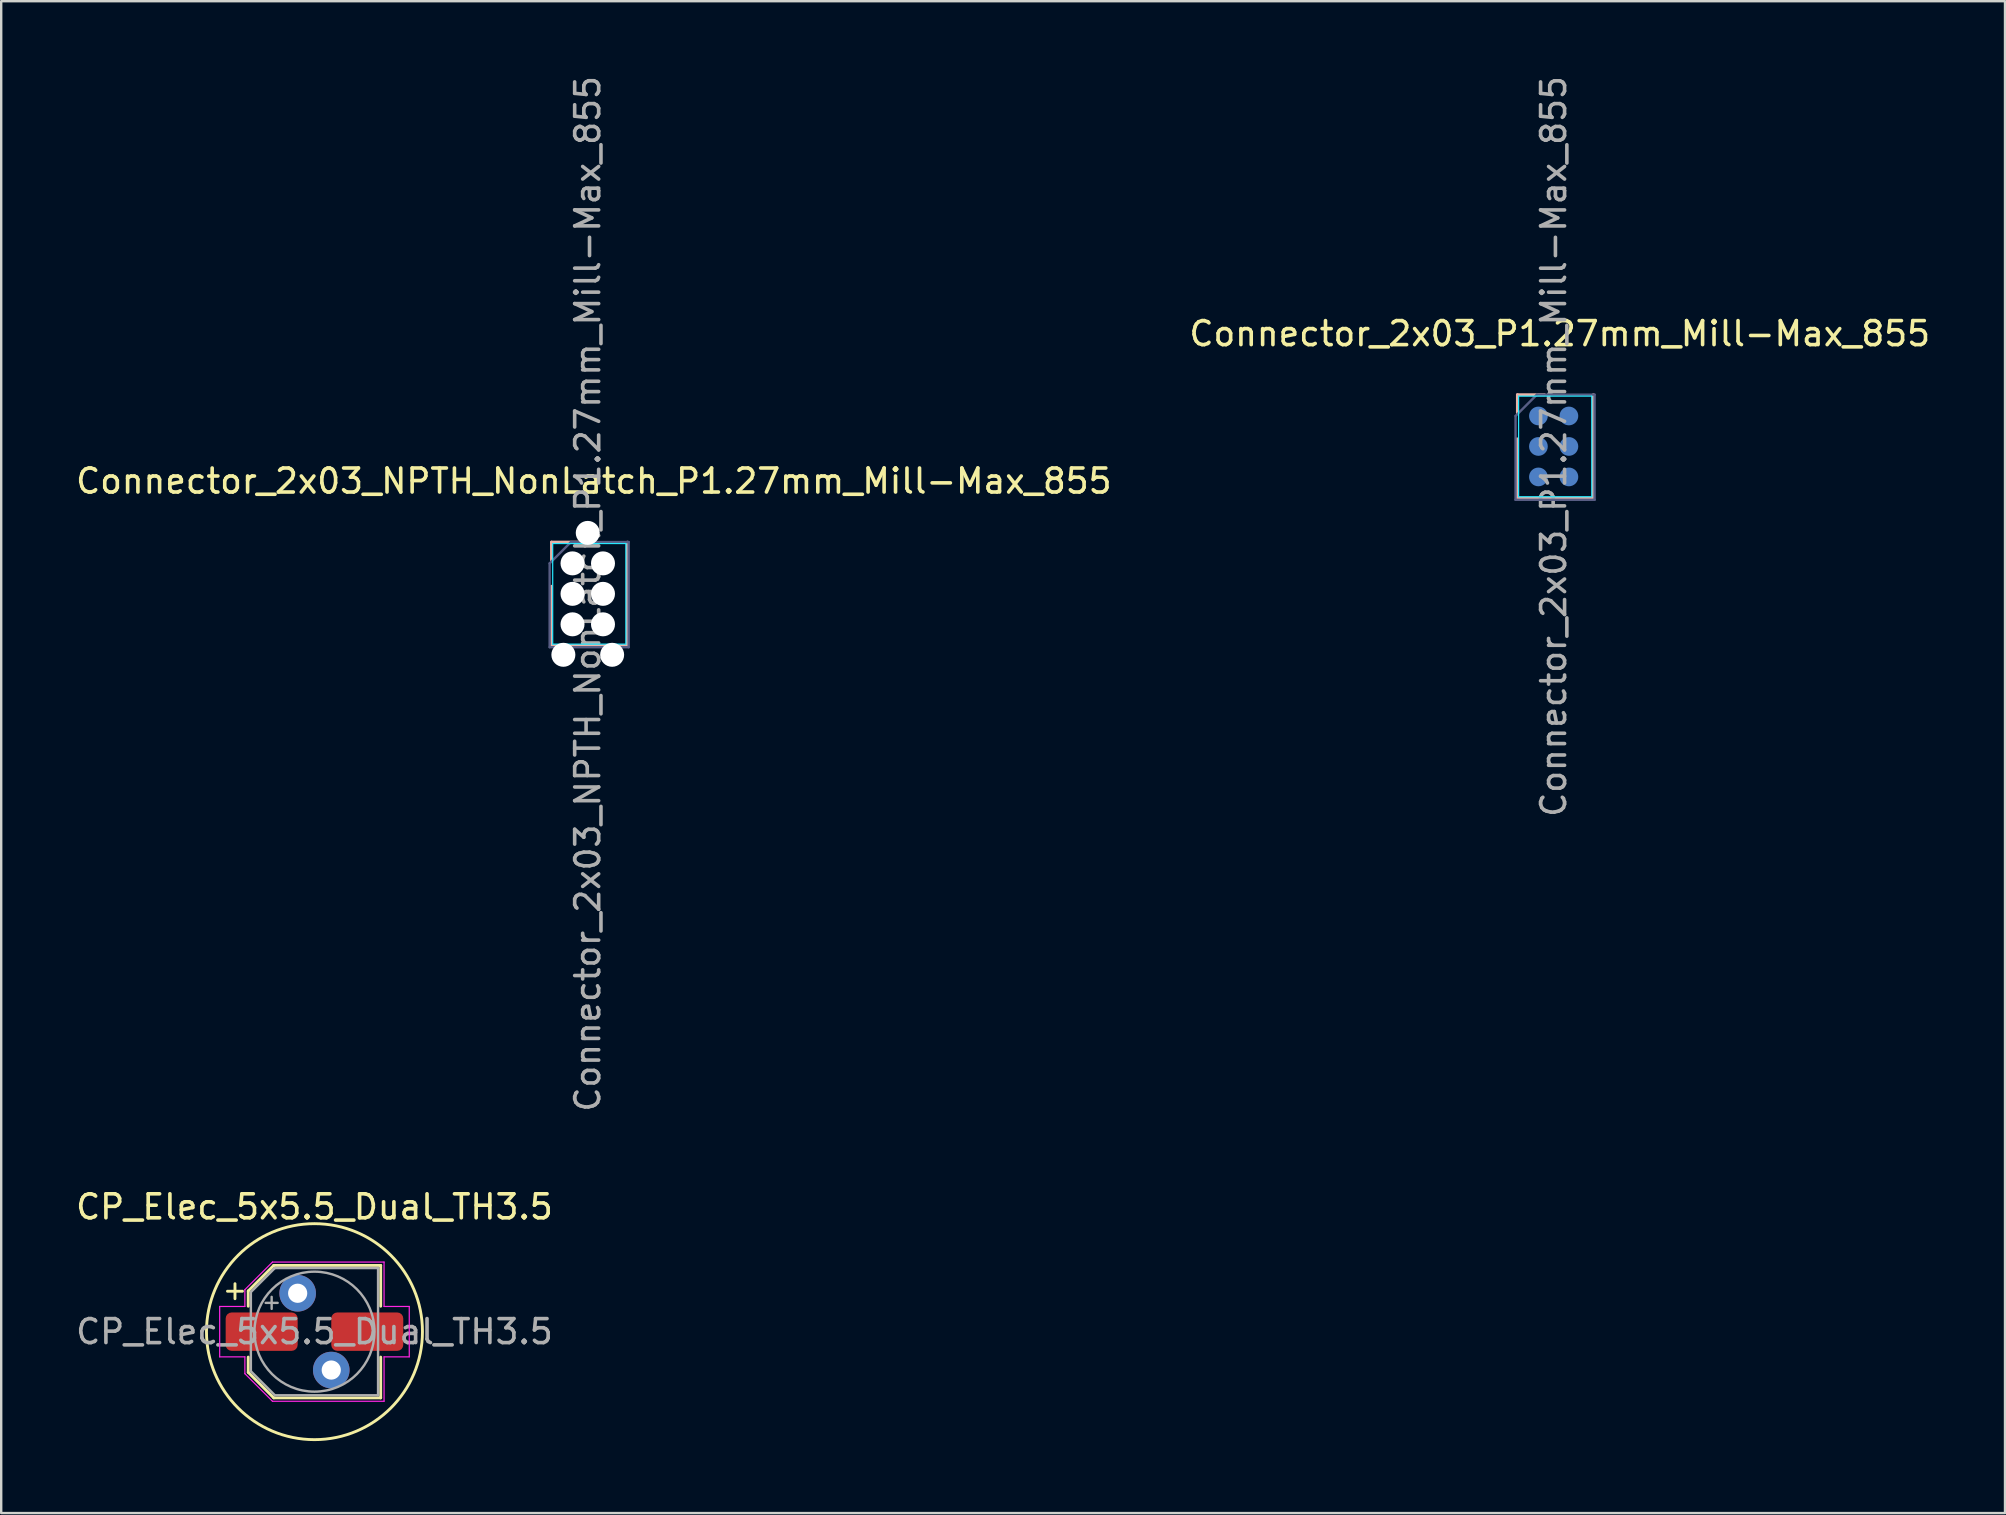
<source format=kicad_pcb>
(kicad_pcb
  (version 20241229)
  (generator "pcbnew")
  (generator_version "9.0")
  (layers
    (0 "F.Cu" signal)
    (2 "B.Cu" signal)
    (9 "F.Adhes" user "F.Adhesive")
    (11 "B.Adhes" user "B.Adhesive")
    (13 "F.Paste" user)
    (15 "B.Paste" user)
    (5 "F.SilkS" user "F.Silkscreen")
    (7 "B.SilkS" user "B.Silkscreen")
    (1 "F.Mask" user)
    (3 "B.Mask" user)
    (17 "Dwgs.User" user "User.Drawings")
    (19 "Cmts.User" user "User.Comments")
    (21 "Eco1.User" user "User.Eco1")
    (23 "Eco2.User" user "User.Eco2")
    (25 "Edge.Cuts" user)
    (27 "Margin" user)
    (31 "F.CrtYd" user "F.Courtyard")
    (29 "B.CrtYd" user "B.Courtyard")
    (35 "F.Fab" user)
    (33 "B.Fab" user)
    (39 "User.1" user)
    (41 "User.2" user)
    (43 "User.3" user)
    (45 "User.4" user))
  (footprint "CP_Elec_5x5.5_Dual_TH3.5"
    (layer "F.Cu")
    (at 10.054 52.441)
    (property "Reference" "CP_Elec_5x5.5_Dual_TH3.5" (at 0 -5.2 0) (layer "F.SilkS") (effects (font (size 1 1) (thickness 0.15))))
    (attr smd)
    (fp_line (start -3.625 -1.685) (end -3 -1.685) (stroke (width 0.12) (type solid)) (layer "F.SilkS"))
    (fp_line (start -3.312 -1.998) (end -3.312 -1.373) (stroke (width 0.12) (type solid)) (layer "F.SilkS"))
    (fp_line (start -2.76 -1.696) (end -2.76 -1.06) (stroke (width 0.12) (type solid)) (layer "F.SilkS"))
    (fp_line (start -2.76 -1.696) (end -1.696 -2.76) (stroke (width 0.12) (type solid)) (layer "F.SilkS"))
    (fp_line (start -2.76 1.696) (end -2.76 1.06) (stroke (width 0.12) (type solid)) (layer "F.SilkS"))
    (fp_line (start -2.76 1.696) (end -1.696 2.76) (stroke (width 0.12) (type solid)) (layer "F.SilkS"))
    (fp_line (start -1.696 -2.76) (end 2.76 -2.76) (stroke (width 0.12) (type solid)) (layer "F.SilkS"))
    (fp_line (start -1.696 2.76) (end 2.76 2.76) (stroke (width 0.12) (type solid)) (layer "F.SilkS"))
    (fp_line (start 2.76 -2.76) (end 2.76 -1.06) (stroke (width 0.12) (type solid)) (layer "F.SilkS"))
    (fp_line (start 2.76 2.76) (end 2.76 1.06) (stroke (width 0.12) (type solid)) (layer "F.SilkS"))
    (fp_circle (center 0 0) (end 4.5 0) (stroke (width 0.12) (type solid)) (fill no) (layer "F.SilkS"))
    (fp_line (start -3.95 -1.05) (end -3.95 1.05) (stroke (width 0.05) (type solid)) (layer "F.CrtYd"))
    (fp_line (start -3.95 1.05) (end -2.9 1.05) (stroke (width 0.05) (type solid)) (layer "F.CrtYd"))
    (fp_line (start -2.9 -1.75) (end -2.9 -1.05) (stroke (width 0.05) (type solid)) (layer "F.CrtYd"))
    (fp_line (start -2.9 -1.75) (end -1.75 -2.9) (stroke (width 0.05) (type solid)) (layer "F.CrtYd"))
    (fp_line (start -2.9 -1.05) (end -3.95 -1.05) (stroke (width 0.05) (type solid)) (layer "F.CrtYd"))
    (fp_line (start -2.9 1.05) (end -2.9 1.75) (stroke (width 0.05) (type solid)) (layer "F.CrtYd"))
    (fp_line (start -2.9 1.75) (end -1.75 2.9) (stroke (width 0.05) (type solid)) (layer "F.CrtYd"))
    (fp_line (start -1.75 -2.9) (end 2.9 -2.9) (stroke (width 0.05) (type solid)) (layer "F.CrtYd"))
    (fp_line (start -1.75 2.9) (end 2.9 2.9) (stroke (width 0.05) (type solid)) (layer "F.CrtYd"))
    (fp_line (start 2.9 -2.9) (end 2.9 -1.05) (stroke (width 0.05) (type solid)) (layer "F.CrtYd"))
    (fp_line (start 2.9 -1.05) (end 3.95 -1.05) (stroke (width 0.05) (type solid)) (layer "F.CrtYd"))
    (fp_line (start 2.9 1.05) (end 2.9 2.9) (stroke (width 0.05) (type solid)) (layer "F.CrtYd"))
    (fp_line (start 3.95 -1.05) (end 3.95 1.05) (stroke (width 0.05) (type solid)) (layer "F.CrtYd"))
    (fp_line (start 3.95 1.05) (end 2.9 1.05) (stroke (width 0.05) (type solid)) (layer "F.CrtYd"))
    (fp_line (start -2.65 -1.65) (end -2.65 1.65) (stroke (width 0.1) (type solid)) (layer "F.Fab"))
    (fp_line (start -2.65 -1.65) (end -1.65 -2.65) (stroke (width 0.1) (type solid)) (layer "F.Fab"))
    (fp_line (start -2.65 1.65) (end -1.65 2.65) (stroke (width 0.1) (type solid)) (layer "F.Fab"))
    (fp_line (start -2.034 -1.2) (end -1.534 -1.2) (stroke (width 0.1) (type solid)) (layer "F.Fab"))
    (fp_line (start -1.784 -1.45) (end -1.784 -0.95) (stroke (width 0.1) (type solid)) (layer "F.Fab"))
    (fp_line (start -1.65 -2.65) (end 2.65 -2.65) (stroke (width 0.1) (type solid)) (layer "F.Fab"))
    (fp_line (start -1.65 2.65) (end 2.65 2.65) (stroke (width 0.1) (type solid)) (layer "F.Fab"))
    (fp_line (start 2.65 -2.65) (end 2.65 2.65) (stroke (width 0.1) (type solid)) (layer "F.Fab"))
    (fp_circle (center 0 0) (end 2.5 0) (stroke (width 0.1) (type solid)) (fill no) (layer "F.Fab"))
    (fp_text user "${REFERENCE}" (at 0 0 0) (layer "F.Fab") (effects (font (size 1 1) (thickness 0.15))))
    (pad "1" smd roundrect (at -2.2 0) (size 3 1.6) (layers "F.Cu" "F.Mask" "F.Paste") (roundrect_rratio 0.156))
    (pad "1" thru_hole circle (at -0.7 -1.6) (size 1.524 1.524) (drill 0.8) (layers "*.Cu" "*.Mask"))
    (pad "2" thru_hole circle (at 0.7 1.6) (size 1.524 1.524) (drill 0.8) (layers "*.Cu" "*.Mask"))
    (pad "2" smd roundrect (at 2.2 0) (size 3 1.6) (layers "F.Cu" "F.Mask" "F.Paste") (roundrect_rratio 0.156)))
  (footprint "Connector_2x03_P1.27mm_Mill-Max_855"
    (layer "F.Cu")
    (at 61.057 14.284)
    (property "Reference" "Connector_2x03_P1.27mm_Mill-Max_855" (at 0.889 -3.429 0) (layer "F.SilkS") (effects (font (size 1 1) (thickness 0.15))))
    (attr through_hole)
    (fp_line (start -0.889 0.953) (end -0.889 3.429) (stroke (width 0.12) (type solid)) (layer "B.SilkS"))
    (fp_line (start -0.889 3.429) (end 2.286 3.429) (stroke (width 0.12) (type solid)) (layer "B.SilkS"))
    (fp_line (start -0.876 -0.887) (end 0.254 -0.887) (stroke (width 0.12) (type solid)) (layer "B.SilkS"))
    (fp_line (start -0.876 -0.127) (end -0.876 -0.887) (stroke (width 0.12) (type solid)) (layer "B.SilkS"))
    (fp_line (start 2.286 -0.885) (end 2.286 3.429) (stroke (width 0.12) (type solid)) (layer "B.SilkS"))
    (fp_line (start -0.826 -0.826) (end -0.826 3.365) (stroke (width 0.05) (type solid)) (layer "B.CrtYd"))
    (fp_line (start -0.826 3.365) (end 2.223 3.365) (stroke (width 0.05) (type solid)) (layer "B.CrtYd"))
    (fp_line (start 2.223 -0.826) (end -0.826 -0.826) (stroke (width 0.05) (type solid)) (layer "B.CrtYd"))
    (fp_line (start 2.223 3.365) (end 2.223 -0.826) (stroke (width 0.05) (type solid)) (layer "B.CrtYd"))
    (fp_line (start -0.953 0) (end -0.064 -0.889) (stroke (width 0.1) (type solid)) (layer "B.Fab"))
    (fp_line (start -0.953 3.493) (end -0.953 0) (stroke (width 0.1) (type solid)) (layer "B.Fab"))
    (fp_line (start -0.064 -0.889) (end 2.34 -0.889) (stroke (width 0.1) (type solid)) (layer "B.Fab"))
    (fp_line (start 2.34 -0.889) (end 2.34 3.493) (stroke (width 0.1) (type solid)) (layer "B.Fab"))
    (fp_line (start 2.34 3.493) (end -0.953 3.493) (stroke (width 0.1) (type solid)) (layer "B.Fab"))
    (fp_text user "${REFERENCE}" (at 0.635 1.27 90) (layer "F.Fab") (effects (font (size 1 1) (thickness 0.15))))
    (pad "1" smd circle (at 0 0) (size 0.78 0.78) (layers "B.Cu" "B.Mask" "B.Paste"))
    (pad "2" smd circle (at 1.27 0) (size 0.78 0.78) (layers "B.Cu" "B.Mask" "B.Paste"))
    (pad "3" smd circle (at 0 1.27) (size 0.78 0.78) (layers "B.Cu" "B.Mask" "B.Paste"))
    (pad "4" smd circle (at 1.27 1.27) (size 0.78 0.78) (layers "B.Cu" "B.Mask" "B.Paste"))
    (pad "5" smd circle (at 0 2.54) (size 0.78 0.78) (layers "B.Cu" "B.Mask" "B.Paste"))
    (pad "6" smd circle (at 1.27 2.54) (size 0.78 0.78) (layers "B.Cu" "B.Mask" "B.Paste")))
  (footprint "Connector_2x03_NPTH_NonLatch_P1.27mm_Mill-Max_855"
    (layer "F.Cu")
    (at 20.807 20.426)
    (property "Reference" "Connector_2x03_NPTH_NonLatch_P1.27mm_Mill-Max_855" (at 0.889 -3.429 0) (layer "F.SilkS") (effects (font (size 1 1) (thickness 0.15))))
    (attr through_hole)
    (fp_line (start -0.889 0.953) (end -0.889 3.429) (stroke (width 0.12) (type solid)) (layer "B.SilkS"))
    (fp_line (start -0.889 3.429) (end 2.286 3.429) (stroke (width 0.12) (type solid)) (layer "B.SilkS"))
    (fp_line (start -0.876 -0.887) (end 0.254 -0.887) (stroke (width 0.12) (type solid)) (layer "B.SilkS"))
    (fp_line (start -0.876 -0.127) (end -0.876 -0.887) (stroke (width 0.12) (type solid)) (layer "B.SilkS"))
    (fp_line (start 2.286 -0.885) (end 2.286 3.429) (stroke (width 0.12) (type solid)) (layer "B.SilkS"))
    (fp_line (start -0.826 -0.826) (end -0.826 3.365) (stroke (width 0.05) (type solid)) (layer "B.CrtYd"))
    (fp_line (start -0.826 3.365) (end 2.223 3.365) (stroke (width 0.05) (type solid)) (layer "B.CrtYd"))
    (fp_line (start 2.223 -0.826) (end -0.826 -0.826) (stroke (width 0.05) (type solid)) (layer "B.CrtYd"))
    (fp_line (start 2.223 3.365) (end 2.223 -0.826) (stroke (width 0.05) (type solid)) (layer "B.CrtYd"))
    (fp_line (start -0.953 0) (end -0.064 -0.889) (stroke (width 0.1) (type solid)) (layer "B.Fab"))
    (fp_line (start -0.953 3.493) (end -0.953 0) (stroke (width 0.1) (type solid)) (layer "B.Fab"))
    (fp_line (start -0.064 -0.889) (end 2.34 -0.889) (stroke (width 0.1) (type solid)) (layer "B.Fab"))
    (fp_line (start 2.34 -0.889) (end 2.34 3.493) (stroke (width 0.1) (type solid)) (layer "B.Fab"))
    (fp_line (start 2.34 3.493) (end -0.953 3.493) (stroke (width 0.1) (type solid)) (layer "B.Fab"))
    (fp_text user "${REFERENCE}" (at 0.635 1.27 90) (layer "F.Fab") (effects (font (size 1 1) (thickness 0.15))))
    (pad "" np_thru_hole circle (at -0.381 3.81) (size 1 1) (drill 1) (layers "*.Cu" "*.Mask"))
    (pad "" np_thru_hole circle (at 0 0) (size 1 1) (drill 1) (layers "*.Cu" "*.Mask"))
    (pad "" np_thru_hole circle (at 0 1.27) (size 1 1) (drill 1) (layers "*.Cu" "*.Mask"))
    (pad "" np_thru_hole circle (at 0 2.54) (size 1 1) (drill 1) (layers "*.Cu" "*.Mask"))
    (pad "" np_thru_hole circle (at 0.635 -1.27) (size 1 1) (drill 1) (layers "*.Cu" "*.Mask"))
    (pad "" np_thru_hole circle (at 1.27 0) (size 1 1) (drill 1) (layers "*.Cu" "*.Mask"))
    (pad "" np_thru_hole circle (at 1.27 1.27) (size 1 1) (drill 1) (layers "*.Cu" "*.Mask"))
    (pad "" np_thru_hole circle (at 1.27 2.54) (size 1 1) (drill 1) (layers "*.Cu" "*.Mask"))
    (pad "" np_thru_hole circle (at 1.651 3.81 180) (size 1 1) (drill 1) (layers "*.Cu" "*.Mask")))
  (gr_rect
    (start -3 -3)
    (end 80.5 60.001)
    (stroke (width 0.1) (type default))
    (fill no)
    (layer "Edge.Cuts")))
</source>
